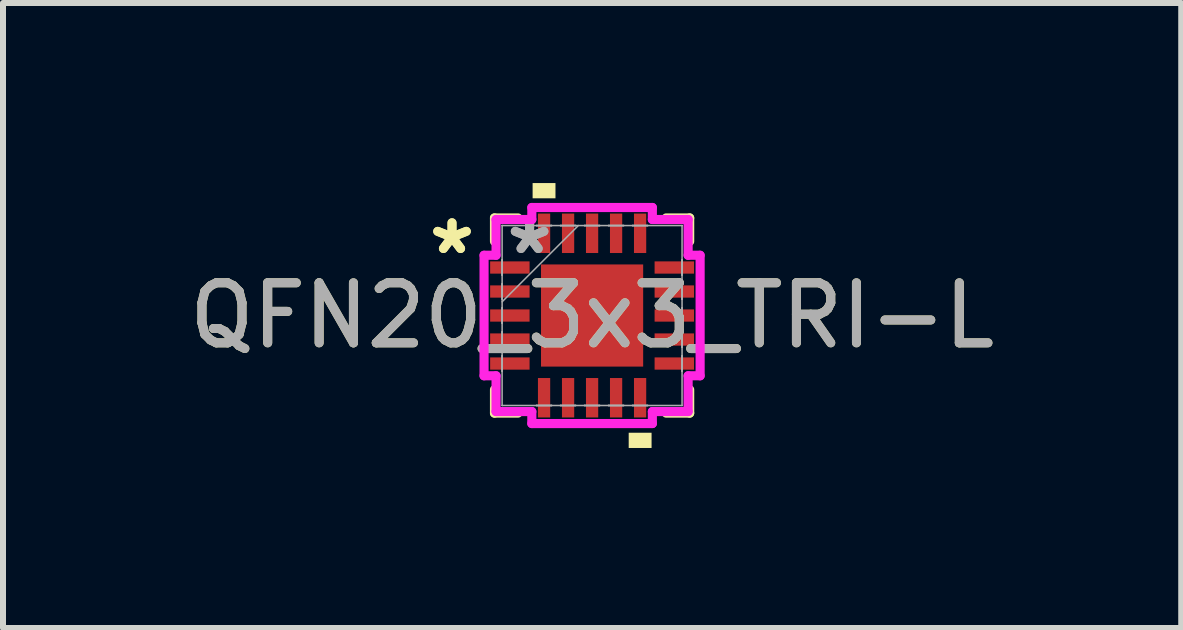
<source format=kicad_pcb>
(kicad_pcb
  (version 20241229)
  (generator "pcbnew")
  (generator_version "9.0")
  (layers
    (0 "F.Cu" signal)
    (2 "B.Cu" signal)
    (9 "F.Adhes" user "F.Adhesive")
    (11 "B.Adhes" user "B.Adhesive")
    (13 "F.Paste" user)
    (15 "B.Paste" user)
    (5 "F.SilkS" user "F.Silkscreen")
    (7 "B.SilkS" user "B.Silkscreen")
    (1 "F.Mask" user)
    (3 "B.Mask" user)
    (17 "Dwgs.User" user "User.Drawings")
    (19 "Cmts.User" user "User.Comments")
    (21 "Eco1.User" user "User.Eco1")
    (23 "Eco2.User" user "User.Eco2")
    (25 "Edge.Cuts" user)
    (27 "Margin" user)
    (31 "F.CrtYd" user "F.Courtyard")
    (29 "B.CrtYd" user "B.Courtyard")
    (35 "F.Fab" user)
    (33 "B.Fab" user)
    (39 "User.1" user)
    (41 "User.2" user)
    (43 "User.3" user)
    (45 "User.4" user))
  (footprint "QFN20_3x3_TRI-L"
    (layer "F.Cu")
    (at 6.815 2.207)
    (property "Reference" "QFN20_3x3_TRI-L" (at 0 0 0) (unlocked yes) (layer "F.SilkS") (effects (font (size 1 1) (thickness 0.15))))
    (attr smd)
    (fp_line (start -1.626 -1.626) (end -1.626 -1.235) (stroke (width 0.152) (type solid)) (layer "F.SilkS"))
    (fp_line (start -1.626 1.235) (end -1.626 1.626) (stroke (width 0.152) (type solid)) (layer "F.SilkS"))
    (fp_line (start -1.626 1.626) (end -1.235 1.626) (stroke (width 0.152) (type solid)) (layer "F.SilkS"))
    (fp_line (start -1.235 -1.626) (end -1.626 -1.626) (stroke (width 0.152) (type solid)) (layer "F.SilkS"))
    (fp_line (start 1.235 1.626) (end 1.626 1.626) (stroke (width 0.152) (type solid)) (layer "F.SilkS"))
    (fp_line (start 1.626 -1.626) (end 1.235 -1.626) (stroke (width 0.152) (type solid)) (layer "F.SilkS"))
    (fp_line (start 1.626 -1.235) (end 1.626 -1.626) (stroke (width 0.152) (type solid)) (layer "F.SilkS"))
    (fp_line (start 1.626 1.626) (end 1.626 1.235) (stroke (width 0.152) (type solid)) (layer "F.SilkS"))
    (fp_poly (pts (xy -0.991 -1.953) (xy -0.991 -2.207) (xy -0.61 -2.207) (xy -0.61 -1.953)) (stroke (width 0) (type solid)) (fill yes) (layer "F.SilkS"))
    (fp_poly (pts (xy 0.61 1.953) (xy 0.61 2.207) (xy 0.991 2.207) (xy 0.991 1.953)) (stroke (width 0) (type solid)) (fill yes) (layer "F.SilkS"))
    (fp_line (start -1.8 -1.004) (end -1.6 -1.004) (stroke (width 0.152) (type solid)) (layer "F.CrtYd"))
    (fp_line (start -1.8 1.004) (end -1.8 -1.004) (stroke (width 0.152) (type solid)) (layer "F.CrtYd"))
    (fp_line (start -1.6 -1.6) (end -1.004 -1.6) (stroke (width 0.152) (type solid)) (layer "F.CrtYd"))
    (fp_line (start -1.6 -1.004) (end -1.6 -1.6) (stroke (width 0.152) (type solid)) (layer "F.CrtYd"))
    (fp_line (start -1.6 1.004) (end -1.8 1.004) (stroke (width 0.152) (type solid)) (layer "F.CrtYd"))
    (fp_line (start -1.6 1.6) (end -1.6 1.004) (stroke (width 0.152) (type solid)) (layer "F.CrtYd"))
    (fp_line (start -1.004 -1.8) (end 1.004 -1.8) (stroke (width 0.152) (type solid)) (layer "F.CrtYd"))
    (fp_line (start -1.004 -1.6) (end -1.004 -1.8) (stroke (width 0.152) (type solid)) (layer "F.CrtYd"))
    (fp_line (start -1.004 1.6) (end -1.6 1.6) (stroke (width 0.152) (type solid)) (layer "F.CrtYd"))
    (fp_line (start -1.004 1.8) (end -1.004 1.6) (stroke (width 0.152) (type solid)) (layer "F.CrtYd"))
    (fp_line (start 1.004 -1.8) (end 1.004 -1.6) (stroke (width 0.152) (type solid)) (layer "F.CrtYd"))
    (fp_line (start 1.004 -1.6) (end 1.6 -1.6) (stroke (width 0.152) (type solid)) (layer "F.CrtYd"))
    (fp_line (start 1.004 1.6) (end 1.004 1.8) (stroke (width 0.152) (type solid)) (layer "F.CrtYd"))
    (fp_line (start 1.004 1.8) (end -1.004 1.8) (stroke (width 0.152) (type solid)) (layer "F.CrtYd"))
    (fp_line (start 1.6 -1.6) (end 1.6 -1.004) (stroke (width 0.152) (type solid)) (layer "F.CrtYd"))
    (fp_line (start 1.6 -1.004) (end 1.8 -1.004) (stroke (width 0.152) (type solid)) (layer "F.CrtYd"))
    (fp_line (start 1.6 1.004) (end 1.6 1.6) (stroke (width 0.152) (type solid)) (layer "F.CrtYd"))
    (fp_line (start 1.6 1.6) (end 1.004 1.6) (stroke (width 0.152) (type solid)) (layer "F.CrtYd"))
    (fp_line (start 1.8 -1.004) (end 1.8 1.004) (stroke (width 0.152) (type solid)) (layer "F.CrtYd"))
    (fp_line (start 1.8 1.004) (end 1.6 1.004) (stroke (width 0.152) (type solid)) (layer "F.CrtYd"))
    (fp_line (start -1.499 -1.499) (end -1.499 -1.499) (stroke (width 0.025) (type solid)) (layer "F.Fab"))
    (fp_line (start -1.499 -1.499) (end -1.499 1.499) (stroke (width 0.025) (type solid)) (layer "F.Fab"))
    (fp_line (start -1.499 -0.927) (end -1.499 -0.927) (stroke (width 0.025) (type solid)) (layer "F.Fab"))
    (fp_line (start -1.499 -0.927) (end -1.499 -0.673) (stroke (width 0.025) (type solid)) (layer "F.Fab"))
    (fp_line (start -1.499 -0.673) (end -1.499 -0.927) (stroke (width 0.025) (type solid)) (layer "F.Fab"))
    (fp_line (start -1.499 -0.673) (end -1.499 -0.673) (stroke (width 0.025) (type solid)) (layer "F.Fab"))
    (fp_line (start -1.499 -0.527) (end -1.499 -0.527) (stroke (width 0.025) (type solid)) (layer "F.Fab"))
    (fp_line (start -1.499 -0.527) (end -1.499 -0.273) (stroke (width 0.025) (type solid)) (layer "F.Fab"))
    (fp_line (start -1.499 -0.273) (end -1.499 -0.527) (stroke (width 0.025) (type solid)) (layer "F.Fab"))
    (fp_line (start -1.499 -0.273) (end -1.499 -0.273) (stroke (width 0.025) (type solid)) (layer "F.Fab"))
    (fp_line (start -1.499 -0.229) (end -0.229 -1.499) (stroke (width 0.025) (type solid)) (layer "F.Fab"))
    (fp_line (start -1.499 -0.127) (end -1.499 -0.127) (stroke (width 0.025) (type solid)) (layer "F.Fab"))
    (fp_line (start -1.499 -0.127) (end -1.499 0.127) (stroke (width 0.025) (type solid)) (layer "F.Fab"))
    (fp_line (start -1.499 0.127) (end -1.499 -0.127) (stroke (width 0.025) (type solid)) (layer "F.Fab"))
    (fp_line (start -1.499 0.127) (end -1.499 0.127) (stroke (width 0.025) (type solid)) (layer "F.Fab"))
    (fp_line (start -1.499 0.273) (end -1.499 0.273) (stroke (width 0.025) (type solid)) (layer "F.Fab"))
    (fp_line (start -1.499 0.273) (end -1.499 0.527) (stroke (width 0.025) (type solid)) (layer "F.Fab"))
    (fp_line (start -1.499 0.527) (end -1.499 0.273) (stroke (width 0.025) (type solid)) (layer "F.Fab"))
    (fp_line (start -1.499 0.527) (end -1.499 0.527) (stroke (width 0.025) (type solid)) (layer "F.Fab"))
    (fp_line (start -1.499 0.673) (end -1.499 0.673) (stroke (width 0.025) (type solid)) (layer "F.Fab"))
    (fp_line (start -1.499 0.673) (end -1.499 0.927) (stroke (width 0.025) (type solid)) (layer "F.Fab"))
    (fp_line (start -1.499 0.927) (end -1.499 0.673) (stroke (width 0.025) (type solid)) (layer "F.Fab"))
    (fp_line (start -1.499 0.927) (end -1.499 0.927) (stroke (width 0.025) (type solid)) (layer "F.Fab"))
    (fp_line (start -1.499 1.499) (end -1.499 1.499) (stroke (width 0.025) (type solid)) (layer "F.Fab"))
    (fp_line (start -1.499 1.499) (end 1.499 1.499) (stroke (width 0.025) (type solid)) (layer "F.Fab"))
    (fp_line (start -0.927 -1.499) (end -0.927 -1.499) (stroke (width 0.025) (type solid)) (layer "F.Fab"))
    (fp_line (start -0.927 -1.499) (end -0.673 -1.499) (stroke (width 0.025) (type solid)) (layer "F.Fab"))
    (fp_line (start -0.927 1.499) (end -0.927 1.499) (stroke (width 0.025) (type solid)) (layer "F.Fab"))
    (fp_line (start -0.927 1.499) (end -0.673 1.499) (stroke (width 0.025) (type solid)) (layer "F.Fab"))
    (fp_line (start -0.673 -1.499) (end -0.927 -1.499) (stroke (width 0.025) (type solid)) (layer "F.Fab"))
    (fp_line (start -0.673 -1.499) (end -0.673 -1.499) (stroke (width 0.025) (type solid)) (layer "F.Fab"))
    (fp_line (start -0.673 1.499) (end -0.927 1.499) (stroke (width 0.025) (type solid)) (layer "F.Fab"))
    (fp_line (start -0.673 1.499) (end -0.673 1.499) (stroke (width 0.025) (type solid)) (layer "F.Fab"))
    (fp_line (start -0.527 -1.499) (end -0.527 -1.499) (stroke (width 0.025) (type solid)) (layer "F.Fab"))
    (fp_line (start -0.527 -1.499) (end -0.273 -1.499) (stroke (width 0.025) (type solid)) (layer "F.Fab"))
    (fp_line (start -0.527 1.499) (end -0.527 1.499) (stroke (width 0.025) (type solid)) (layer "F.Fab"))
    (fp_line (start -0.527 1.499) (end -0.273 1.499) (stroke (width 0.025) (type solid)) (layer "F.Fab"))
    (fp_line (start -0.273 -1.499) (end -0.527 -1.499) (stroke (width 0.025) (type solid)) (layer "F.Fab"))
    (fp_line (start -0.273 -1.499) (end -0.273 -1.499) (stroke (width 0.025) (type solid)) (layer "F.Fab"))
    (fp_line (start -0.273 1.499) (end -0.527 1.499) (stroke (width 0.025) (type solid)) (layer "F.Fab"))
    (fp_line (start -0.273 1.499) (end -0.273 1.499) (stroke (width 0.025) (type solid)) (layer "F.Fab"))
    (fp_line (start -0.127 -1.499) (end -0.127 -1.499) (stroke (width 0.025) (type solid)) (layer "F.Fab"))
    (fp_line (start -0.127 -1.499) (end 0.127 -1.499) (stroke (width 0.025) (type solid)) (layer "F.Fab"))
    (fp_line (start -0.127 1.499) (end -0.127 1.499) (stroke (width 0.025) (type solid)) (layer "F.Fab"))
    (fp_line (start -0.127 1.499) (end 0.127 1.499) (stroke (width 0.025) (type solid)) (layer "F.Fab"))
    (fp_line (start 0.127 -1.499) (end -0.127 -1.499) (stroke (width 0.025) (type solid)) (layer "F.Fab"))
    (fp_line (start 0.127 -1.499) (end 0.127 -1.499) (stroke (width 0.025) (type solid)) (layer "F.Fab"))
    (fp_line (start 0.127 1.499) (end -0.127 1.499) (stroke (width 0.025) (type solid)) (layer "F.Fab"))
    (fp_line (start 0.127 1.499) (end 0.127 1.499) (stroke (width 0.025) (type solid)) (layer "F.Fab"))
    (fp_line (start 0.273 -1.499) (end 0.273 -1.499) (stroke (width 0.025) (type solid)) (layer "F.Fab"))
    (fp_line (start 0.273 -1.499) (end 0.527 -1.499) (stroke (width 0.025) (type solid)) (layer "F.Fab"))
    (fp_line (start 0.273 1.499) (end 0.273 1.499) (stroke (width 0.025) (type solid)) (layer "F.Fab"))
    (fp_line (start 0.273 1.499) (end 0.527 1.499) (stroke (width 0.025) (type solid)) (layer "F.Fab"))
    (fp_line (start 0.527 -1.499) (end 0.273 -1.499) (stroke (width 0.025) (type solid)) (layer "F.Fab"))
    (fp_line (start 0.527 -1.499) (end 0.527 -1.499) (stroke (width 0.025) (type solid)) (layer "F.Fab"))
    (fp_line (start 0.527 1.499) (end 0.273 1.499) (stroke (width 0.025) (type solid)) (layer "F.Fab"))
    (fp_line (start 0.527 1.499) (end 0.527 1.499) (stroke (width 0.025) (type solid)) (layer "F.Fab"))
    (fp_line (start 0.673 -1.499) (end 0.673 -1.499) (stroke (width 0.025) (type solid)) (layer "F.Fab"))
    (fp_line (start 0.673 -1.499) (end 0.927 -1.499) (stroke (width 0.025) (type solid)) (layer "F.Fab"))
    (fp_line (start 0.673 1.499) (end 0.673 1.499) (stroke (width 0.025) (type solid)) (layer "F.Fab"))
    (fp_line (start 0.673 1.499) (end 0.927 1.499) (stroke (width 0.025) (type solid)) (layer "F.Fab"))
    (fp_line (start 0.927 -1.499) (end 0.673 -1.499) (stroke (width 0.025) (type solid)) (layer "F.Fab"))
    (fp_line (start 0.927 -1.499) (end 0.927 -1.499) (stroke (width 0.025) (type solid)) (layer "F.Fab"))
    (fp_line (start 0.927 1.499) (end 0.673 1.499) (stroke (width 0.025) (type solid)) (layer "F.Fab"))
    (fp_line (start 0.927 1.499) (end 0.927 1.499) (stroke (width 0.025) (type solid)) (layer "F.Fab"))
    (fp_line (start 1.499 -1.499) (end -1.499 -1.499) (stroke (width 0.025) (type solid)) (layer "F.Fab"))
    (fp_line (start 1.499 -1.499) (end 1.499 -1.499) (stroke (width 0.025) (type solid)) (layer "F.Fab"))
    (fp_line (start 1.499 -0.927) (end 1.499 -0.927) (stroke (width 0.025) (type solid)) (layer "F.Fab"))
    (fp_line (start 1.499 -0.927) (end 1.499 -0.673) (stroke (width 0.025) (type solid)) (layer "F.Fab"))
    (fp_line (start 1.499 -0.673) (end 1.499 -0.927) (stroke (width 0.025) (type solid)) (layer "F.Fab"))
    (fp_line (start 1.499 -0.673) (end 1.499 -0.673) (stroke (width 0.025) (type solid)) (layer "F.Fab"))
    (fp_line (start 1.499 -0.527) (end 1.499 -0.527) (stroke (width 0.025) (type solid)) (layer "F.Fab"))
    (fp_line (start 1.499 -0.527) (end 1.499 -0.273) (stroke (width 0.025) (type solid)) (layer "F.Fab"))
    (fp_line (start 1.499 -0.273) (end 1.499 -0.527) (stroke (width 0.025) (type solid)) (layer "F.Fab"))
    (fp_line (start 1.499 -0.273) (end 1.499 -0.273) (stroke (width 0.025) (type solid)) (layer "F.Fab"))
    (fp_line (start 1.499 -0.127) (end 1.499 -0.127) (stroke (width 0.025) (type solid)) (layer "F.Fab"))
    (fp_line (start 1.499 -0.127) (end 1.499 0.127) (stroke (width 0.025) (type solid)) (layer "F.Fab"))
    (fp_line (start 1.499 0.127) (end 1.499 -0.127) (stroke (width 0.025) (type solid)) (layer "F.Fab"))
    (fp_line (start 1.499 0.127) (end 1.499 0.127) (stroke (width 0.025) (type solid)) (layer "F.Fab"))
    (fp_line (start 1.499 0.273) (end 1.499 0.273) (stroke (width 0.025) (type solid)) (layer "F.Fab"))
    (fp_line (start 1.499 0.273) (end 1.499 0.527) (stroke (width 0.025) (type solid)) (layer "F.Fab"))
    (fp_line (start 1.499 0.527) (end 1.499 0.273) (stroke (width 0.025) (type solid)) (layer "F.Fab"))
    (fp_line (start 1.499 0.527) (end 1.499 0.527) (stroke (width 0.025) (type solid)) (layer "F.Fab"))
    (fp_line (start 1.499 0.673) (end 1.499 0.673) (stroke (width 0.025) (type solid)) (layer "F.Fab"))
    (fp_line (start 1.499 0.673) (end 1.499 0.927) (stroke (width 0.025) (type solid)) (layer "F.Fab"))
    (fp_line (start 1.499 0.927) (end 1.499 0.673) (stroke (width 0.025) (type solid)) (layer "F.Fab"))
    (fp_line (start 1.499 0.927) (end 1.499 0.927) (stroke (width 0.025) (type solid)) (layer "F.Fab"))
    (fp_line (start 1.499 1.499) (end 1.499 -1.499) (stroke (width 0.025) (type solid)) (layer "F.Fab"))
    (fp_line (start 1.499 1.499) (end 1.499 1.499) (stroke (width 0.025) (type solid)) (layer "F.Fab"))
    (fp_text user "*" (at -2.334 -1 0) (layer "F.SilkS") (effects (font (size 1 1) (thickness 0.15))))
    (fp_text user "*" (at -2.334 -1 0) (unlocked yes) (layer "F.SilkS") (effects (font (size 1 1) (thickness 0.15))))
    (fp_text user "*" (at -1.041 -1 0) (layer "F.Fab") (effects (font (size 1 1) (thickness 0.15))))
    (fp_text user "*" (at -1.041 -1 0) (unlocked yes) (layer "F.Fab") (effects (font (size 1 1) (thickness 0.15))))
    (fp_text user "${REFERENCE}" (at 0 0 0) (unlocked yes) (layer "F.Fab") (effects (font (size 1 1) (thickness 0.15))))
    (pad "1" smd rect (at -1.37 -0.8 90) (size 0.204 0.657) (layers "F.Cu" "F.Mask" "F.Paste"))
    (pad "2" smd rect (at -1.37 -0.4 90) (size 0.204 0.657) (layers "F.Cu" "F.Mask" "F.Paste"))
    (pad "3" smd rect (at -1.37 0 90) (size 0.204 0.657) (layers "F.Cu" "F.Mask" "F.Paste"))
    (pad "4" smd rect (at -1.37 0.4 90) (size 0.204 0.657) (layers "F.Cu" "F.Mask" "F.Paste"))
    (pad "5" smd rect (at -1.37 0.8 90) (size 0.204 0.657) (layers "F.Cu" "F.Mask" "F.Paste"))
    (pad "6" smd rect (at -0.8 1.37) (size 0.204 0.657) (layers "F.Cu" "F.Mask" "F.Paste"))
    (pad "7" smd rect (at -0.4 1.37) (size 0.204 0.657) (layers "F.Cu" "F.Mask" "F.Paste"))
    (pad "8" smd rect (at 0 1.37) (size 0.204 0.657) (layers "F.Cu" "F.Mask" "F.Paste"))
    (pad "9" smd rect (at 0.4 1.37) (size 0.204 0.657) (layers "F.Cu" "F.Mask" "F.Paste"))
    (pad "10" smd rect (at 0.8 1.37) (size 0.204 0.657) (layers "F.Cu" "F.Mask" "F.Paste"))
    (pad "11" smd rect (at 1.37 0.8 90) (size 0.204 0.657) (layers "F.Cu" "F.Mask" "F.Paste"))
    (pad "12" smd rect (at 1.37 0.4 90) (size 0.204 0.657) (layers "F.Cu" "F.Mask" "F.Paste"))
    (pad "13" smd rect (at 1.37 0 90) (size 0.204 0.657) (layers "F.Cu" "F.Mask" "F.Paste"))
    (pad "14" smd rect (at 1.37 -0.4 90) (size 0.204 0.657) (layers "F.Cu" "F.Mask" "F.Paste"))
    (pad "15" smd rect (at 1.37 -0.8 90) (size 0.204 0.657) (layers "F.Cu" "F.Mask" "F.Paste"))
    (pad "16" smd rect (at 0.8 -1.37) (size 0.204 0.657) (layers "F.Cu" "F.Mask" "F.Paste"))
    (pad "17" smd rect (at 0.4 -1.37) (size 0.204 0.657) (layers "F.Cu" "F.Mask" "F.Paste"))
    (pad "18" smd rect (at 0 -1.37) (size 0.204 0.657) (layers "F.Cu" "F.Mask" "F.Paste"))
    (pad "19" smd rect (at -0.4 -1.37) (size 0.204 0.657) (layers "F.Cu" "F.Mask" "F.Paste"))
    (pad "20" smd rect (at -0.8 -1.37) (size 0.204 0.657) (layers "F.Cu" "F.Mask" "F.Paste"))
    (pad "21" smd rect (at 0 0) (size 1.702 1.702) (layers "F.Cu" "F.Mask" "F.Paste")))
  (gr_rect
    (start -3 -3)
    (end 16.631 7.413)
    (stroke (width 0.1) (type default))
    (fill no)
    (layer "Edge.Cuts")))
</source>
